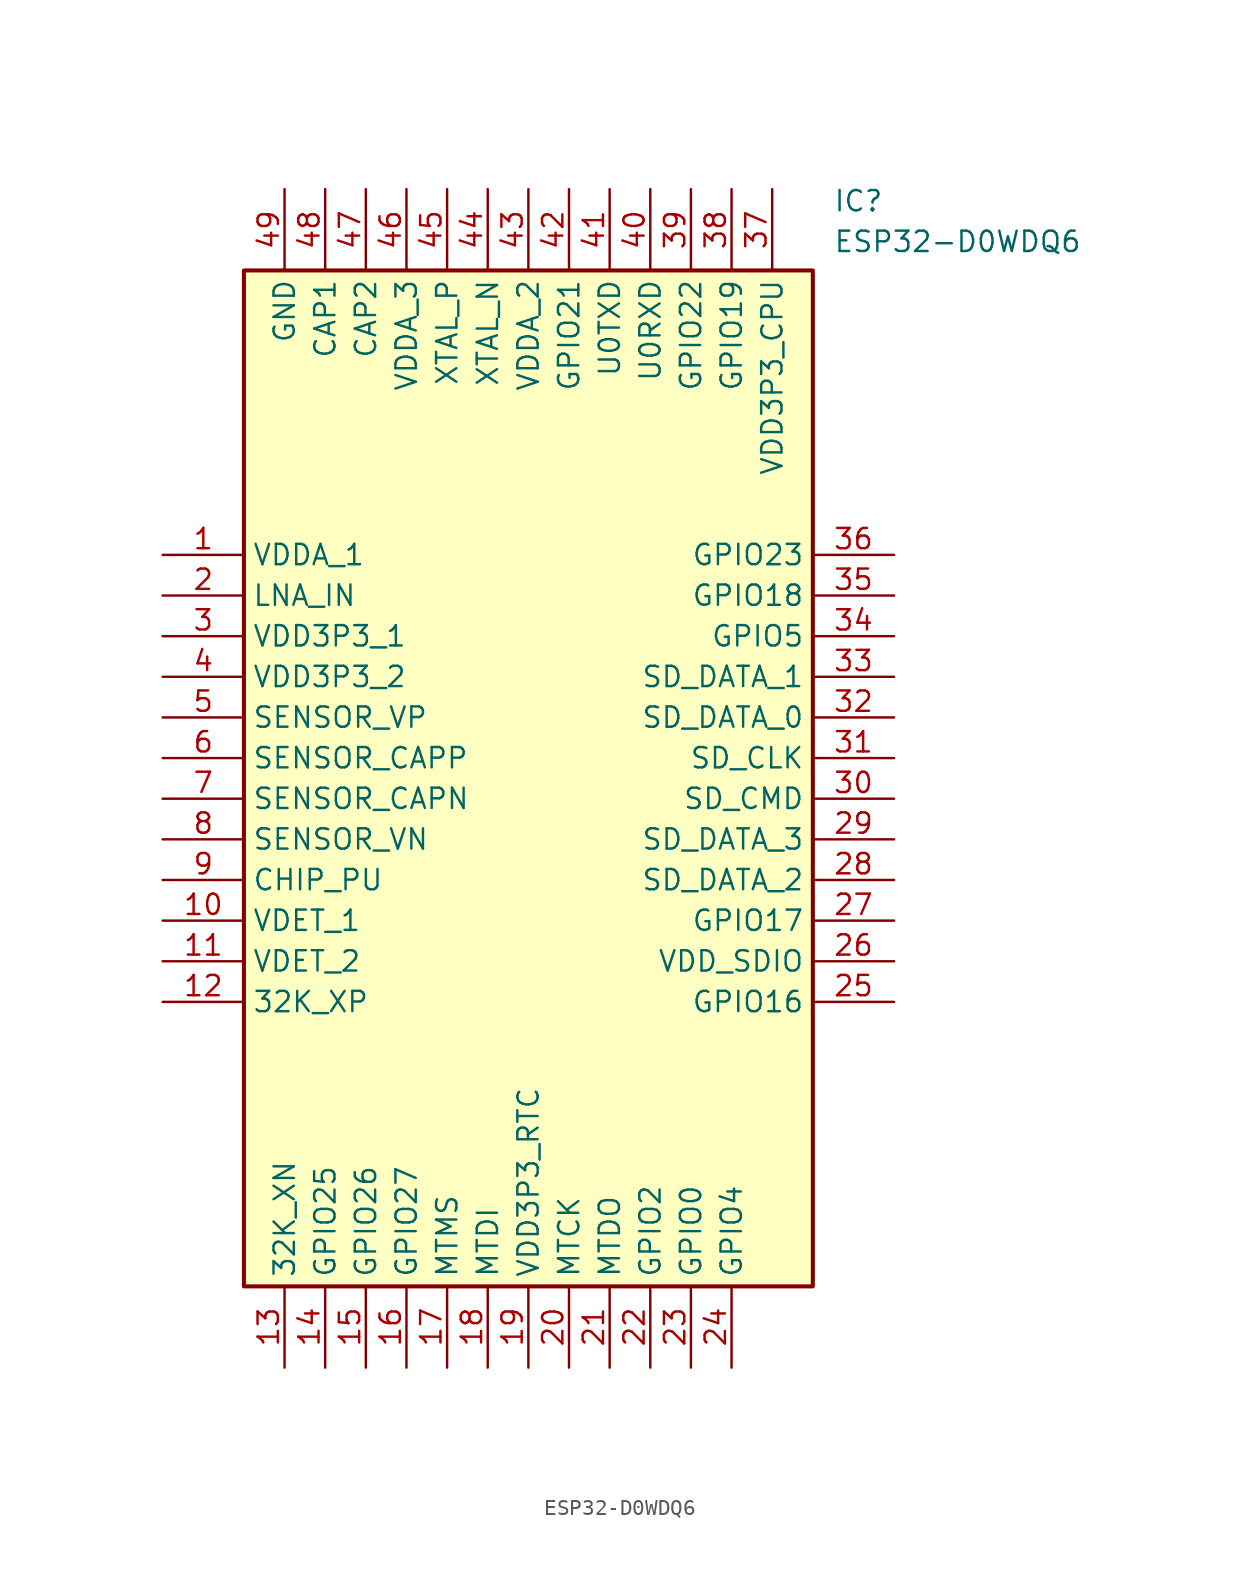
<source format=kicad_sym>
(kicad_symbol_lib
  (version 20211014)
  (generator SamacSys_ECAD_Model)
  (symbol "ESP32-D0WDQ6"
    (property "Reference" "IC"
      (at 41.91 22.86 0)
      (effects (font (size 1.27 1.27)) (justify left top)))
    (property "Value" "ESP32-D0WDQ6"
      (at 41.91 20.32 0)
      (effects (font (size 1.27 1.27)) (justify left top)))
    (rectangle
      (start 5.08 17.78)
      (end 40.64 -45.72)
      (stroke (width 0.254) (type default))
      (fill (type background)))
    (pin passive line
      (at 0 0 0)
      (length 5.08)
      (name "VDDA_1" (effects (font (size 1.27 1.27))))
      (number "1" (effects (font (size 1.27 1.27)))))
    (pin passive line
      (at 0 -2.54 0)
      (length 5.08)
      (name "LNA_IN" (effects (font (size 1.27 1.27))))
      (number "2" (effects (font (size 1.27 1.27)))))
    (pin passive line
      (at 0 -5.08 0)
      (length 5.08)
      (name "VDD3P3_1" (effects (font (size 1.27 1.27))))
      (number "3" (effects (font (size 1.27 1.27)))))
    (pin passive line
      (at 0 -7.62 0)
      (length 5.08)
      (name "VDD3P3_2" (effects (font (size 1.27 1.27))))
      (number "4" (effects (font (size 1.27 1.27)))))
    (pin passive line
      (at 0 -10.16 0)
      (length 5.08)
      (name "SENSOR_VP" (effects (font (size 1.27 1.27))))
      (number "5" (effects (font (size 1.27 1.27)))))
    (pin passive line
      (at 0 -12.7 0)
      (length 5.08)
      (name "SENSOR_CAPP" (effects (font (size 1.27 1.27))))
      (number "6" (effects (font (size 1.27 1.27)))))
    (pin passive line
      (at 0 -15.24 0)
      (length 5.08)
      (name "SENSOR_CAPN" (effects (font (size 1.27 1.27))))
      (number "7" (effects (font (size 1.27 1.27)))))
    (pin passive line
      (at 0 -17.78 0)
      (length 5.08)
      (name "SENSOR_VN" (effects (font (size 1.27 1.27))))
      (number "8" (effects (font (size 1.27 1.27)))))
    (pin passive line
      (at 0 -20.32 0)
      (length 5.08)
      (name "CHIP_PU" (effects (font (size 1.27 1.27))))
      (number "9" (effects (font (size 1.27 1.27)))))
    (pin passive line
      (at 0 -22.86 0)
      (length 5.08)
      (name "VDET_1" (effects (font (size 1.27 1.27))))
      (number "10" (effects (font (size 1.27 1.27)))))
    (pin passive line
      (at 0 -25.4 0)
      (length 5.08)
      (name "VDET_2" (effects (font (size 1.27 1.27))))
      (number "11" (effects (font (size 1.27 1.27)))))
    (pin passive line
      (at 0 -27.94 0)
      (length 5.08)
      (name "32K_XP" (effects (font (size 1.27 1.27))))
      (number "12" (effects (font (size 1.27 1.27)))))
    (pin passive line
      (at 7.62 -50.8 90)
      (length 5.08)
      (name "32K_XN" (effects (font (size 1.27 1.27))))
      (number "13" (effects (font (size 1.27 1.27)))))
    (pin passive line
      (at 10.16 -50.8 90)
      (length 5.08)
      (name "GPIO25" (effects (font (size 1.27 1.27))))
      (number "14" (effects (font (size 1.27 1.27)))))
    (pin passive line
      (at 12.7 -50.8 90)
      (length 5.08)
      (name "GPIO26" (effects (font (size 1.27 1.27))))
      (number "15" (effects (font (size 1.27 1.27)))))
    (pin passive line
      (at 15.24 -50.8 90)
      (length 5.08)
      (name "GPIO27" (effects (font (size 1.27 1.27))))
      (number "16" (effects (font (size 1.27 1.27)))))
    (pin passive line
      (at 17.78 -50.8 90)
      (length 5.08)
      (name "MTMS" (effects (font (size 1.27 1.27))))
      (number "17" (effects (font (size 1.27 1.27)))))
    (pin passive line
      (at 20.32 -50.8 90)
      (length 5.08)
      (name "MTDI" (effects (font (size 1.27 1.27))))
      (number "18" (effects (font (size 1.27 1.27)))))
    (pin passive line
      (at 22.86 -50.8 90)
      (length 5.08)
      (name "VDD3P3_RTC" (effects (font (size 1.27 1.27))))
      (number "19" (effects (font (size 1.27 1.27)))))
    (pin passive line
      (at 25.4 -50.8 90)
      (length 5.08)
      (name "MTCK" (effects (font (size 1.27 1.27))))
      (number "20" (effects (font (size 1.27 1.27)))))
    (pin passive line
      (at 27.94 -50.8 90)
      (length 5.08)
      (name "MTDO" (effects (font (size 1.27 1.27))))
      (number "21" (effects (font (size 1.27 1.27)))))
    (pin passive line
      (at 30.48 -50.8 90)
      (length 5.08)
      (name "GPIO2" (effects (font (size 1.27 1.27))))
      (number "22" (effects (font (size 1.27 1.27)))))
    (pin passive line
      (at 33.02 -50.8 90)
      (length 5.08)
      (name "GPIO0" (effects (font (size 1.27 1.27))))
      (number "23" (effects (font (size 1.27 1.27)))))
    (pin passive line
      (at 35.56 -50.8 90)
      (length 5.08)
      (name "GPIO4" (effects (font (size 1.27 1.27))))
      (number "24" (effects (font (size 1.27 1.27)))))
    (pin passive line
      (at 45.72 0 180)
      (length 5.08)
      (name "GPIO23" (effects (font (size 1.27 1.27))))
      (number "36" (effects (font (size 1.27 1.27)))))
    (pin passive line
      (at 45.72 -2.54 180)
      (length 5.08)
      (name "GPIO18" (effects (font (size 1.27 1.27))))
      (number "35" (effects (font (size 1.27 1.27)))))
    (pin passive line
      (at 45.72 -5.08 180)
      (length 5.08)
      (name "GPIO5" (effects (font (size 1.27 1.27))))
      (number "34" (effects (font (size 1.27 1.27)))))
    (pin passive line
      (at 45.72 -7.62 180)
      (length 5.08)
      (name "SD_DATA_1" (effects (font (size 1.27 1.27))))
      (number "33" (effects (font (size 1.27 1.27)))))
    (pin passive line
      (at 45.72 -10.16 180)
      (length 5.08)
      (name "SD_DATA_0" (effects (font (size 1.27 1.27))))
      (number "32" (effects (font (size 1.27 1.27)))))
    (pin passive line
      (at 45.72 -12.7 180)
      (length 5.08)
      (name "SD_CLK" (effects (font (size 1.27 1.27))))
      (number "31" (effects (font (size 1.27 1.27)))))
    (pin passive line
      (at 45.72 -15.24 180)
      (length 5.08)
      (name "SD_CMD" (effects (font (size 1.27 1.27))))
      (number "30" (effects (font (size 1.27 1.27)))))
    (pin passive line
      (at 45.72 -17.78 180)
      (length 5.08)
      (name "SD_DATA_3" (effects (font (size 1.27 1.27))))
      (number "29" (effects (font (size 1.27 1.27)))))
    (pin passive line
      (at 45.72 -20.32 180)
      (length 5.08)
      (name "SD_DATA_2" (effects (font (size 1.27 1.27))))
      (number "28" (effects (font (size 1.27 1.27)))))
    (pin passive line
      (at 45.72 -22.86 180)
      (length 5.08)
      (name "GPIO17" (effects (font (size 1.27 1.27))))
      (number "27" (effects (font (size 1.27 1.27)))))
    (pin passive line
      (at 45.72 -25.4 180)
      (length 5.08)
      (name "VDD_SDIO" (effects (font (size 1.27 1.27))))
      (number "26" (effects (font (size 1.27 1.27)))))
    (pin passive line
      (at 45.72 -27.94 180)
      (length 5.08)
      (name "GPIO16" (effects (font (size 1.27 1.27))))
      (number "25" (effects (font (size 1.27 1.27)))))
    (pin passive line
      (at 7.62 22.86 270)
      (length 5.08)
      (name "GND" (effects (font (size 1.27 1.27))))
      (number "49" (effects (font (size 1.27 1.27)))))
    (pin passive line
      (at 10.16 22.86 270)
      (length 5.08)
      (name "CAP1" (effects (font (size 1.27 1.27))))
      (number "48" (effects (font (size 1.27 1.27)))))
    (pin passive line
      (at 12.7 22.86 270)
      (length 5.08)
      (name "CAP2" (effects (font (size 1.27 1.27))))
      (number "47" (effects (font (size 1.27 1.27)))))
    (pin passive line
      (at 15.24 22.86 270)
      (length 5.08)
      (name "VDDA_3" (effects (font (size 1.27 1.27))))
      (number "46" (effects (font (size 1.27 1.27)))))
    (pin passive line
      (at 17.78 22.86 270)
      (length 5.08)
      (name "XTAL_P" (effects (font (size 1.27 1.27))))
      (number "45" (effects (font (size 1.27 1.27)))))
    (pin passive line
      (at 20.32 22.86 270)
      (length 5.08)
      (name "XTAL_N" (effects (font (size 1.27 1.27))))
      (number "44" (effects (font (size 1.27 1.27)))))
    (pin passive line
      (at 22.86 22.86 270)
      (length 5.08)
      (name "VDDA_2" (effects (font (size 1.27 1.27))))
      (number "43" (effects (font (size 1.27 1.27)))))
    (pin passive line
      (at 25.4 22.86 270)
      (length 5.08)
      (name "GPIO21" (effects (font (size 1.27 1.27))))
      (number "42" (effects (font (size 1.27 1.27)))))
    (pin passive line
      (at 27.94 22.86 270)
      (length 5.08)
      (name "U0TXD" (effects (font (size 1.27 1.27))))
      (number "41" (effects (font (size 1.27 1.27)))))
    (pin passive line
      (at 30.48 22.86 270)
      (length 5.08)
      (name "U0RXD" (effects (font (size 1.27 1.27))))
      (number "40" (effects (font (size 1.27 1.27)))))
    (pin passive line
      (at 33.02 22.86 270)
      (length 5.08)
      (name "GPIO22" (effects (font (size 1.27 1.27))))
      (number "39" (effects (font (size 1.27 1.27)))))
    (pin passive line
      (at 35.56 22.86 270)
      (length 5.08)
      (name "GPIO19" (effects (font (size 1.27 1.27))))
      (number "38" (effects (font (size 1.27 1.27)))))
    (pin passive line
      (at 38.1 22.86 270)
      (length 5.08)
      (name "VDD3P3_CPU" (effects (font (size 1.27 1.27))))
      (number "37" (effects (font (size 1.27 1.27)))))))
</source>
